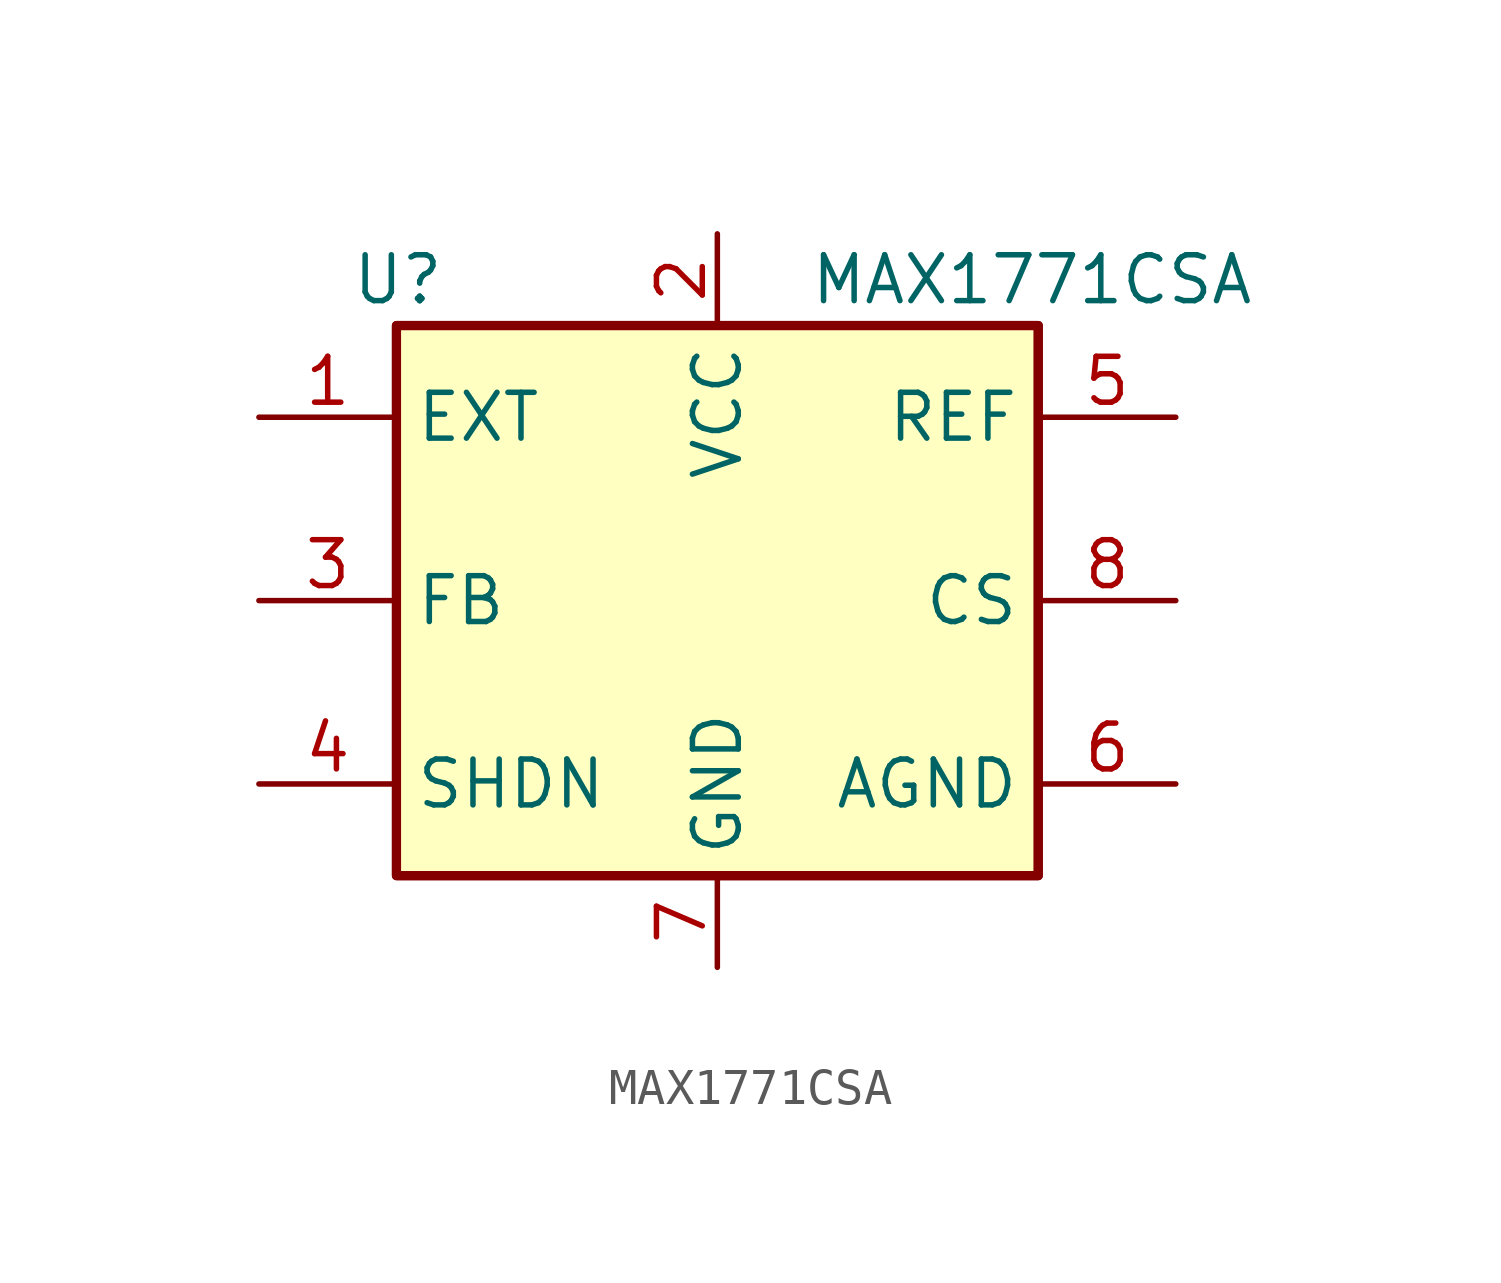
<source format=kicad_sym>
(kicad_symbol_lib
  (version 20220914)
  (generator kicad_symbol_editor)
  (symbol "MAX1771CSA"
    (property "Reference" "U"
      (at -10.16 8.89 0)
      (effects (font (size 1.27 1.27)) (justify left)))
    (property "Value" "MAX1771CSA"
      (at 2.54 8.89 0)
      (effects (font (size 1.27 1.27)) (justify left)))
    (symbol "MAX1771CSA_0_0"
      (pin power_in line (at 0 10.16 270) (length 2.54) (name "VCC" (effects (font (size 1.27 1.27)))) (number "2" (effects (font (size 1.27 1.27)))))
      (pin power_in line (at 0 -10.16 90) (length 2.54) (name "GND" (effects (font (size 1.27 1.27)))) (number "7" (effects (font (size 1.27 1.27))))))
    (symbol "MAX1771CSA_0_1"
      (rectangle (start -8.89 -7.62) (end 8.89 7.62) (stroke (width 0.254) (type solid)) (fill (type background)))
      (rectangle (start -8.89 -7.62) (end 8.89 7.62) (stroke (width 0.254) (type solid)) (fill (type background))))
    (symbol "MAX1771CSA_1_1"
      (pin output line (at -12.7 5.08 0) (length 3.81) (name "EXT" (effects (font (size 1.27 1.27)))) (number "1" (effects (font (size 1.27 1.27)))))
      (pin input line (at -12.7 0 0) (length 3.81) (name "FB" (effects (font (size 1.27 1.27)))) (number "3" (effects (font (size 1.27 1.27)))))
      (pin input line (at -12.7 -5.08 0) (length 3.81) (name "SHDN" (effects (font (size 1.27 1.27)))) (number "4" (effects (font (size 1.27 1.27)))))
      (pin input line (at 12.7 5.08 180) (length 3.81) (name "REF" (effects (font (size 1.27 1.27)))) (number "5" (effects (font (size 1.27 1.27)))))
      (pin input line (at 12.7 -5.08 180) (length 3.81) (name "AGND" (effects (font (size 1.27 1.27)))) (number "6" (effects (font (size 1.27 1.27)))))
      (pin input line (at 12.7 0 180) (length 3.81) (name "CS" (effects (font (size 1.27 1.27)))) (number "8" (effects (font (size 1.27 1.27))))))))
</source>
